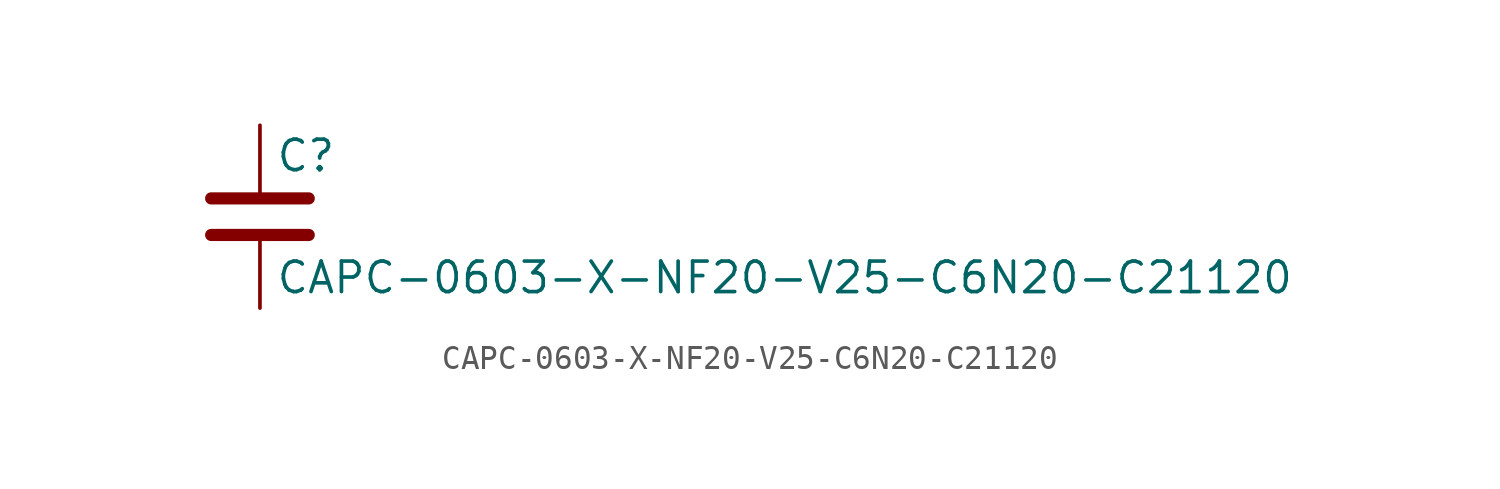
<source format=kicad_sym>
(kicad_symbol_lib
  (version 20211014)
  (generator kicad_symbol_editor)
  (symbol "CAPC-0603-X-NF20-V25-C6N20-C21120"
    (pin_numbers hide)
    (pin_names
      (offset 0.254))
    (property "Reference" "C"
      (at 0.635 2.54 0)
      (effects (font (size 1.27 1.27)) (justify left)))
    (property "Value" "CAPC-0603-X-NF20-V25-C6N20-C21120"
      (at 0.635 -2.54 0)
      (effects (font (size 1.27 1.27)) (justify left)))
    (symbol "CAPC-0603-X-NF20-V25-C6N20-C21120_0_1"
      (polyline (pts (xy -2.032 -0.762) (xy 2.032 -0.762)) (stroke (width 0.508) (type default) (color 0 0 0 0)) (fill (type none)))
      (polyline (pts (xy -2.032 0.762) (xy 2.032 0.762)) (stroke (width 0.508) (type default) (color 0 0 0 0)) (fill (type none))))
    (symbol "CAPC-0603-X-NF20-V25-C6N20-C21120_1_1"
      (pin passive line (at 0 3.81 270) (length 2.794) (name "~" (effects (font (size 1.27 1.27)))) (number "1" (effects (font (size 1.27 1.27)))))
      (pin passive line (at 0 -3.81 90) (length 2.794) (name "~" (effects (font (size 1.27 1.27)))) (number "2" (effects (font (size 1.27 1.27))))))))
</source>
